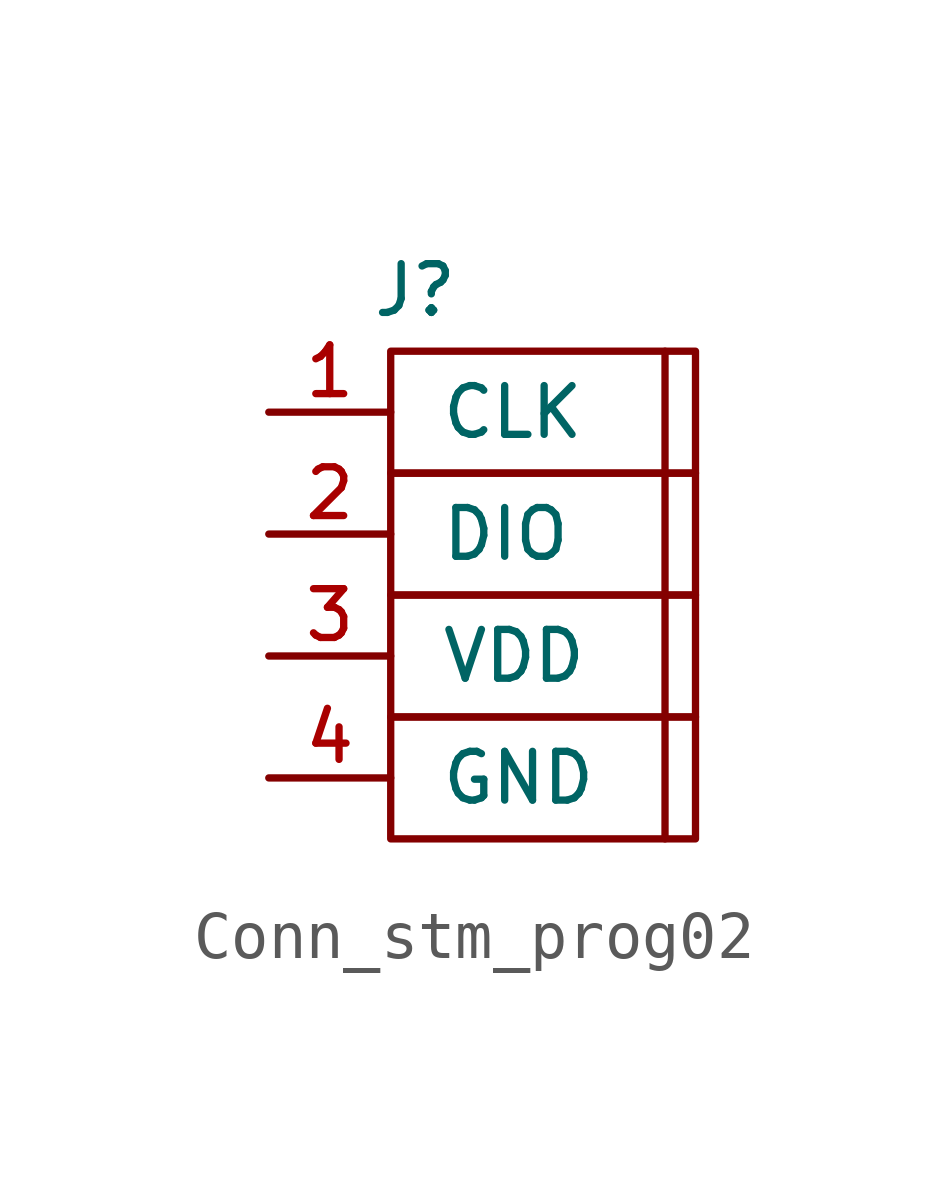
<source format=kicad_sym>
(kicad_symbol_lib
  (version 20231120)
  (generator "kicad_symbol_editor")
  (generator_version "8.0")
  (symbol "Conn_stm_prog02"
    (pin_names
      (offset 1.016))
    (property "Reference" "J"
      (at -2.032 2.54 0)
      (effects (font (size 1.016 1.016))))
    (symbol "Conn_stm_prog02_0_1"
      (rectangle (start -2.54 -6.35) (end 3.81 -8.89) (stroke (width 0) (type default)) (fill (type none)))
      (rectangle (start -2.54 -3.81) (end 3.81 -6.35) (stroke (width 0) (type default)) (fill (type none)))
      (rectangle (start -2.54 -1.27) (end 3.81 -3.81) (stroke (width 0) (type default)) (fill (type none)))
      (rectangle (start -2.54 1.27) (end 3.81 -1.27) (stroke (width 0) (type default)) (fill (type none)))
      (polyline (pts (xy 3.175 1.27) (xy 3.175 -8.89)) (stroke (width 0) (type default)) (fill (type none))))
    (symbol "Conn_stm_prog02_1_1"
      (pin output line (at -5.08 0 0) (length 2.54) (name "CLK" (effects (font (size 1.016 1.016)))) (number "1" (effects (font (size 1.016 1.016)))))
      (pin bidirectional line (at -5.08 -2.54 0) (length 2.54) (name "DIO" (effects (font (size 1.016 1.016)))) (number "2" (effects (font (size 1.016 1.016)))))
      (pin power_out line (at -5.08 -5.08 0) (length 2.54) (name "VDD" (effects (font (size 1.016 1.016)))) (number "3" (effects (font (size 1.016 1.016)))))
      (pin power_out line (at -5.08 -7.62 0) (length 2.54) (name "GND" (effects (font (size 1.016 1.016)))) (number "4" (effects (font (size 1.016 1.016))))))))
</source>
